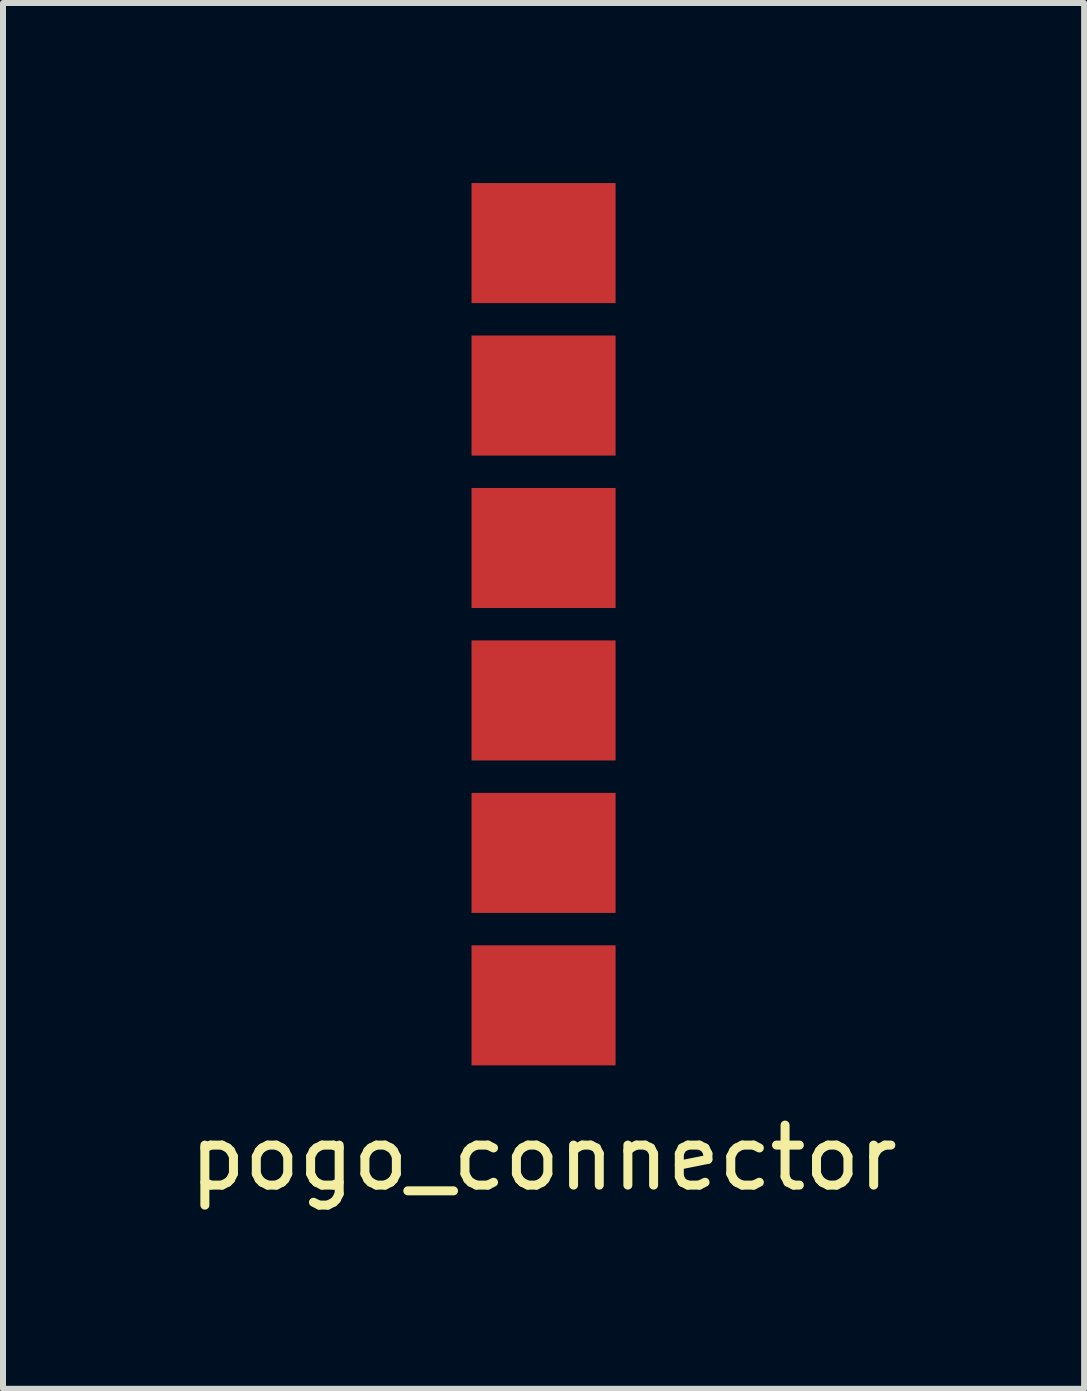
<source format=kicad_pcb>
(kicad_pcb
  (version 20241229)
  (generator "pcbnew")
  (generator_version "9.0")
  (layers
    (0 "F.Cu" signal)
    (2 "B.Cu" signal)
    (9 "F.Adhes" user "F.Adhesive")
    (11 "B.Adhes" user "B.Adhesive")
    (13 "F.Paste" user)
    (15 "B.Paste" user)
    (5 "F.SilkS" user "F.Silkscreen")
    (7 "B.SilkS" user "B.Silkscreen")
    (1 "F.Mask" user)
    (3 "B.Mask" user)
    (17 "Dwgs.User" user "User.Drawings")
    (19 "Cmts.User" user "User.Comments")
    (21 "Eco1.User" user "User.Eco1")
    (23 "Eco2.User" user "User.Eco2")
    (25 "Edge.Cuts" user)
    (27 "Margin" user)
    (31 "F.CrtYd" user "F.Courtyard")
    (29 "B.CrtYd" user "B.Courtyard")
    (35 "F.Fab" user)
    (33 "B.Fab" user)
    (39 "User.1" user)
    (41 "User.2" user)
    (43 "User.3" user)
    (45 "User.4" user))
  (footprint "pogo_connector"
    (layer "F.Cu")
    (at 6.006 8.62)
    (property "Reference" "pogo_connector" (at 0 7.62 0) (layer "F.SilkS") (effects (font (size 1 1) (thickness 0.15))))
    (attr through_hole)
    (pad "1" smd rect (at 0 -7.62) (size 2.4 2) (layers "F.Cu" "F.Mask" "F.Paste"))
    (pad "2" smd rect (at 0 -5.08) (size 2.4 2) (layers "F.Cu" "F.Mask" "F.Paste"))
    (pad "3" smd rect (at 0 -2.54) (size 2.4 2) (layers "F.Cu" "F.Mask" "F.Paste"))
    (pad "4" smd rect (at 0 0) (size 2.4 2) (layers "F.Cu" "F.Mask" "F.Paste"))
    (pad "5" smd rect (at 0 2.54) (size 2.4 2) (layers "F.Cu" "F.Mask" "F.Paste"))
    (pad "6" smd rect (at 0 5.08) (size 2.4 2) (layers "F.Cu" "F.Mask" "F.Paste")))
  (gr_rect
    (start -3 -3)
    (end 15.012 20.088)
    (stroke (width 0.1) (type default))
    (fill no)
    (layer "Edge.Cuts")))
</source>
